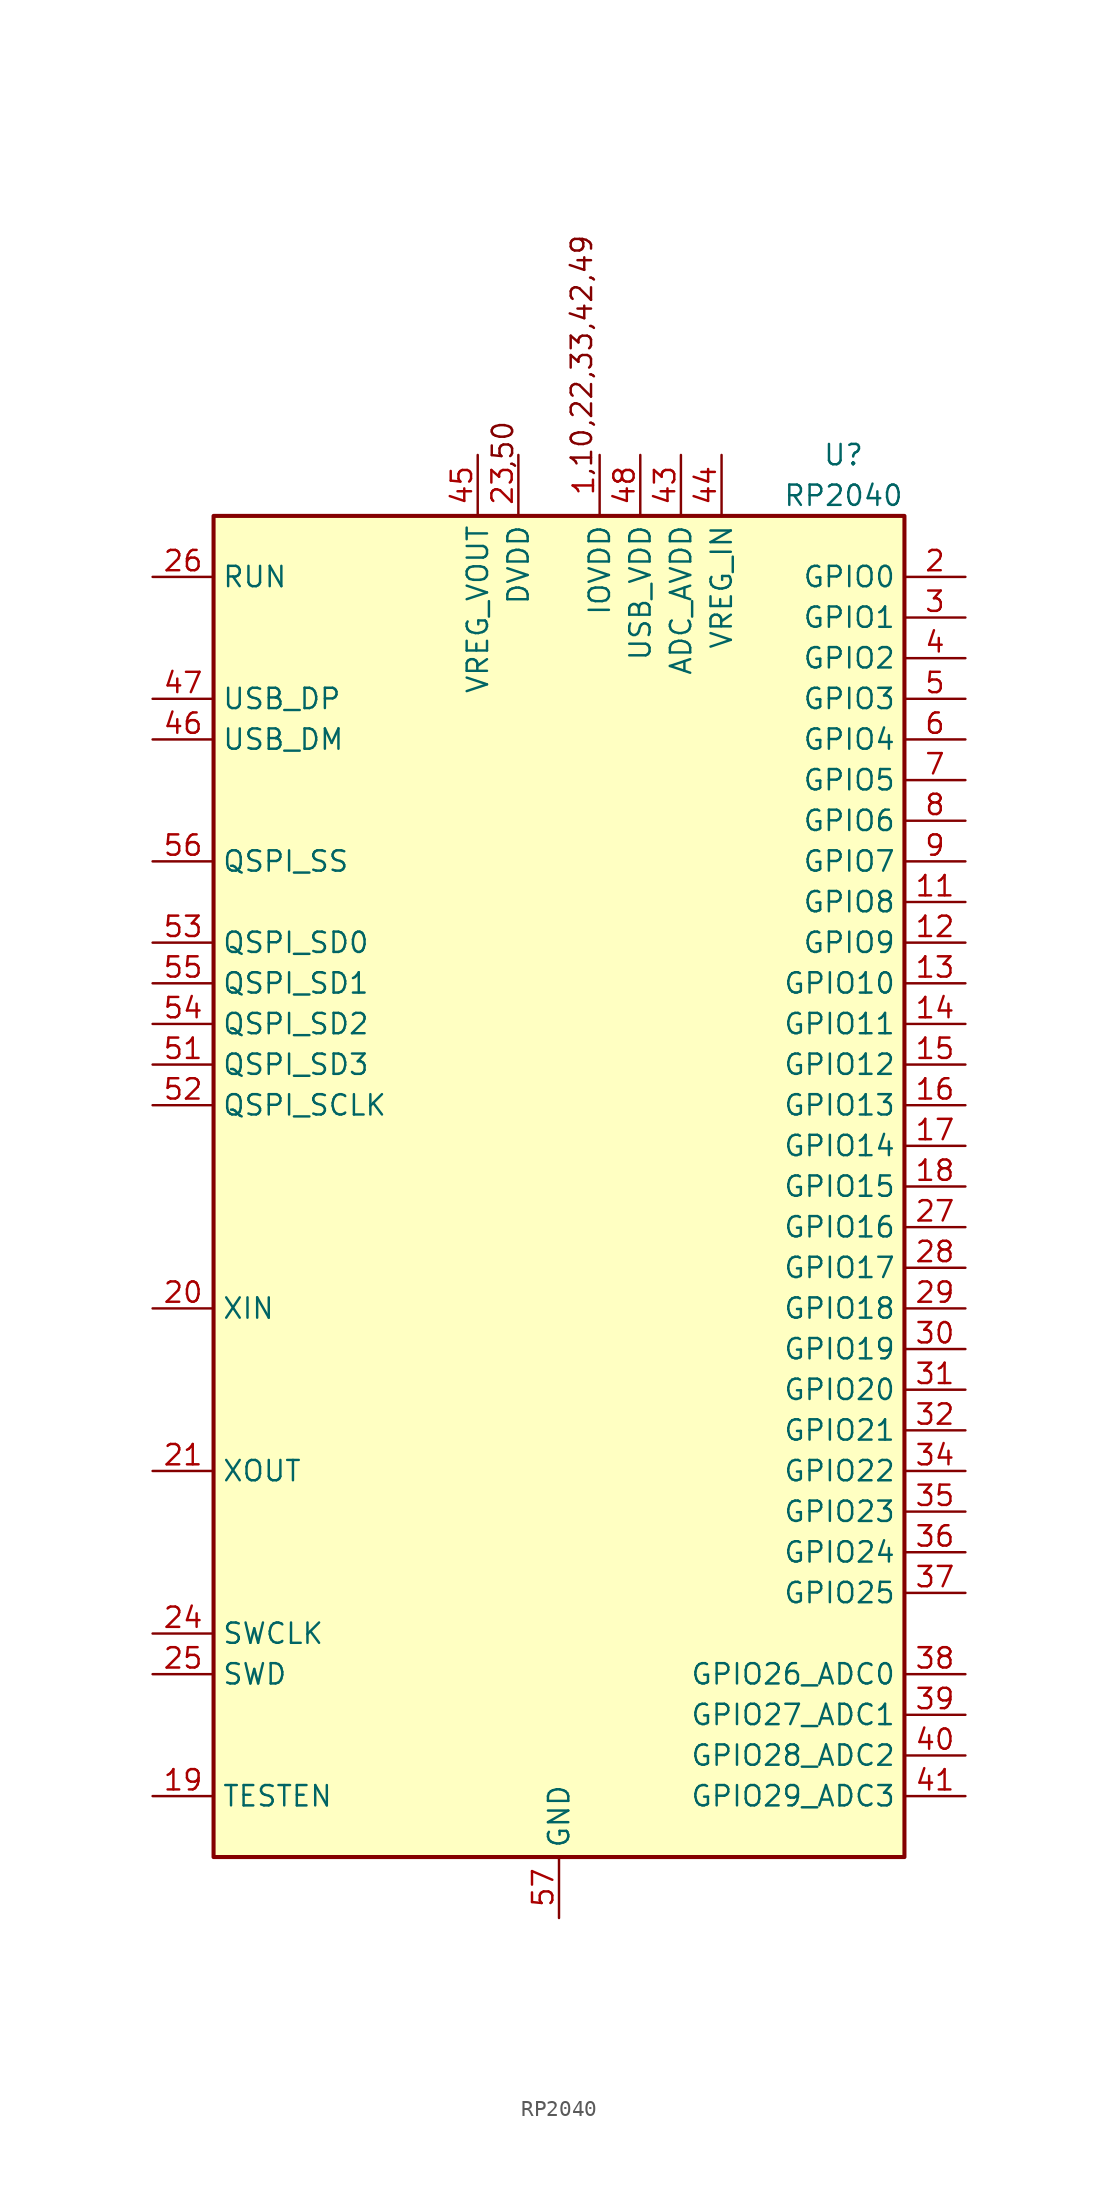
<source format=kicad_sym>
(kicad_symbol_lib
  (version 20220914)
  (generator kicad_symbol_editor)
  (symbol "RP2040"
    (property "Reference" "U"
      (at 17.78 45.72 0)
      (effects (font (size 1.27 1.27))))
    (property "Value" "RP2040"
      (at 17.78 43.18 0)
      (effects (font (size 1.27 1.27))))
    (symbol "RP2040_0_1"
      (rectangle (start -21.59 41.91) (end 21.59 -41.91) (stroke (width 0.254) (type default)) (fill (type background))))
    (symbol "RP2040_1_1"
      (text ",10,22,33,42,49\n" (at 1.422 44.247 900) (effects (font (size 1.27 1.27)) (justify left)))
      (text ",50\n\n" (at -2.489 44.704 900) (effects (font (size 1.27 1.27)) (justify left)))
      (pin power_in line (at 2.54 45.72 270) (length 3.81) (name "IOVDD" (effects (font (size 1.27 1.27)))) (number "1" (effects (font (size 1.27 1.27)))))
      (pin passive line (at 2.54 45.72 270) (length 3.81) hide (name "IOVDD" (effects (font (size 1.27 1.27)))) (number "10" (effects (font (size 1.27 1.27)))))
      (pin bidirectional line (at 25.4 17.78 180) (length 3.81) (name "GPIO8" (effects (font (size 1.27 1.27)))) (number "11" (effects (font (size 1.27 1.27)))))
      (pin bidirectional line (at 25.4 15.24 180) (length 3.81) (name "GPIO9" (effects (font (size 1.27 1.27)))) (number "12" (effects (font (size 1.27 1.27)))))
      (pin bidirectional line (at 25.4 12.7 180) (length 3.81) (name "GPIO10" (effects (font (size 1.27 1.27)))) (number "13" (effects (font (size 1.27 1.27)))))
      (pin bidirectional line (at 25.4 10.16 180) (length 3.81) (name "GPIO11" (effects (font (size 1.27 1.27)))) (number "14" (effects (font (size 1.27 1.27)))))
      (pin bidirectional line (at 25.4 7.62 180) (length 3.81) (name "GPIO12" (effects (font (size 1.27 1.27)))) (number "15" (effects (font (size 1.27 1.27)))))
      (pin bidirectional line (at 25.4 5.08 180) (length 3.81) (name "GPIO13" (effects (font (size 1.27 1.27)))) (number "16" (effects (font (size 1.27 1.27)))))
      (pin bidirectional line (at 25.4 2.54 180) (length 3.81) (name "GPIO14" (effects (font (size 1.27 1.27)))) (number "17" (effects (font (size 1.27 1.27)))))
      (pin bidirectional line (at 25.4 0 180) (length 3.81) (name "GPIO15" (effects (font (size 1.27 1.27)))) (number "18" (effects (font (size 1.27 1.27)))))
      (pin input line (at -25.4 -38.1 0) (length 3.81) (name "TESTEN" (effects (font (size 1.27 1.27)))) (number "19" (effects (font (size 1.27 1.27)))))
      (pin bidirectional line (at 25.4 38.1 180) (length 3.81) (name "GPIO0" (effects (font (size 1.27 1.27)))) (number "2" (effects (font (size 1.27 1.27)))))
      (pin input line (at -25.4 -7.62 0) (length 3.81) (name "XIN" (effects (font (size 1.27 1.27)))) (number "20" (effects (font (size 1.27 1.27)))))
      (pin passive line (at -25.4 -17.78 0) (length 3.81) (name "XOUT" (effects (font (size 1.27 1.27)))) (number "21" (effects (font (size 1.27 1.27)))))
      (pin passive line (at 2.54 45.72 270) (length 3.81) hide (name "IOVDD" (effects (font (size 1.27 1.27)))) (number "22" (effects (font (size 1.27 1.27)))))
      (pin power_in line (at -2.54 45.72 270) (length 3.81) (name "DVDD" (effects (font (size 1.27 1.27)))) (number "23" (effects (font (size 1.27 1.27)))))
      (pin input line (at -25.4 -27.94 0) (length 3.81) (name "SWCLK" (effects (font (size 1.27 1.27)))) (number "24" (effects (font (size 1.27 1.27)))))
      (pin bidirectional line (at -25.4 -30.48 0) (length 3.81) (name "SWD" (effects (font (size 1.27 1.27)))) (number "25" (effects (font (size 1.27 1.27)))))
      (pin input line (at -25.4 38.1 0) (length 3.81) (name "RUN" (effects (font (size 1.27 1.27)))) (number "26" (effects (font (size 1.27 1.27)))))
      (pin bidirectional line (at 25.4 -2.54 180) (length 3.81) (name "GPIO16" (effects (font (size 1.27 1.27)))) (number "27" (effects (font (size 1.27 1.27)))))
      (pin bidirectional line (at 25.4 -5.08 180) (length 3.81) (name "GPIO17" (effects (font (size 1.27 1.27)))) (number "28" (effects (font (size 1.27 1.27)))))
      (pin bidirectional line (at 25.4 -7.62 180) (length 3.81) (name "GPIO18" (effects (font (size 1.27 1.27)))) (number "29" (effects (font (size 1.27 1.27)))))
      (pin bidirectional line (at 25.4 35.56 180) (length 3.81) (name "GPIO1" (effects (font (size 1.27 1.27)))) (number "3" (effects (font (size 1.27 1.27)))))
      (pin bidirectional line (at 25.4 -10.16 180) (length 3.81) (name "GPIO19" (effects (font (size 1.27 1.27)))) (number "30" (effects (font (size 1.27 1.27)))))
      (pin bidirectional line (at 25.4 -12.7 180) (length 3.81) (name "GPIO20" (effects (font (size 1.27 1.27)))) (number "31" (effects (font (size 1.27 1.27)))))
      (pin bidirectional line (at 25.4 -15.24 180) (length 3.81) (name "GPIO21" (effects (font (size 1.27 1.27)))) (number "32" (effects (font (size 1.27 1.27)))))
      (pin passive line (at 2.54 45.72 270) (length 3.81) hide (name "IOVDD" (effects (font (size 1.27 1.27)))) (number "33" (effects (font (size 1.27 1.27)))))
      (pin bidirectional line (at 25.4 -17.78 180) (length 3.81) (name "GPIO22" (effects (font (size 1.27 1.27)))) (number "34" (effects (font (size 1.27 1.27)))))
      (pin bidirectional line (at 25.4 -20.32 180) (length 3.81) (name "GPIO23" (effects (font (size 1.27 1.27)))) (number "35" (effects (font (size 1.27 1.27)))))
      (pin bidirectional line (at 25.4 -22.86 180) (length 3.81) (name "GPIO24" (effects (font (size 1.27 1.27)))) (number "36" (effects (font (size 1.27 1.27)))))
      (pin bidirectional line (at 25.4 -25.4 180) (length 3.81) (name "GPIO25" (effects (font (size 1.27 1.27)))) (number "37" (effects (font (size 1.27 1.27)))))
      (pin bidirectional line (at 25.4 -30.48 180) (length 3.81) (name "GPIO26_ADC0" (effects (font (size 1.27 1.27)))) (number "38" (effects (font (size 1.27 1.27)))))
      (pin bidirectional line (at 25.4 -33.02 180) (length 3.81) (name "GPIO27_ADC1" (effects (font (size 1.27 1.27)))) (number "39" (effects (font (size 1.27 1.27)))))
      (pin bidirectional line (at 25.4 33.02 180) (length 3.81) (name "GPIO2" (effects (font (size 1.27 1.27)))) (number "4" (effects (font (size 1.27 1.27)))))
      (pin bidirectional line (at 25.4 -35.56 180) (length 3.81) (name "GPIO28_ADC2" (effects (font (size 1.27 1.27)))) (number "40" (effects (font (size 1.27 1.27)))))
      (pin bidirectional line (at 25.4 -38.1 180) (length 3.81) (name "GPIO29_ADC3" (effects (font (size 1.27 1.27)))) (number "41" (effects (font (size 1.27 1.27)))))
      (pin passive line (at 2.54 45.72 270) (length 3.81) hide (name "IOVDD" (effects (font (size 1.27 1.27)))) (number "42" (effects (font (size 1.27 1.27)))))
      (pin power_in line (at 7.62 45.72 270) (length 3.81) (name "ADC_AVDD" (effects (font (size 1.27 1.27)))) (number "43" (effects (font (size 1.27 1.27)))))
      (pin power_in line (at 10.16 45.72 270) (length 3.81) (name "VREG_IN" (effects (font (size 1.27 1.27)))) (number "44" (effects (font (size 1.27 1.27)))))
      (pin power_out line (at -5.08 45.72 270) (length 3.81) (name "VREG_VOUT" (effects (font (size 1.27 1.27)))) (number "45" (effects (font (size 1.27 1.27)))))
      (pin bidirectional line (at -25.4 27.94 0) (length 3.81) (name "USB_DM" (effects (font (size 1.27 1.27)))) (number "46" (effects (font (size 1.27 1.27)))))
      (pin bidirectional line (at -25.4 30.48 0) (length 3.81) (name "USB_DP" (effects (font (size 1.27 1.27)))) (number "47" (effects (font (size 1.27 1.27)))))
      (pin power_in line (at 5.08 45.72 270) (length 3.81) (name "USB_VDD" (effects (font (size 1.27 1.27)))) (number "48" (effects (font (size 1.27 1.27)))))
      (pin passive line (at 2.54 45.72 270) (length 3.81) hide (name "IOVDD" (effects (font (size 1.27 1.27)))) (number "49" (effects (font (size 1.27 1.27)))))
      (pin bidirectional line (at 25.4 30.48 180) (length 3.81) (name "GPIO3" (effects (font (size 1.27 1.27)))) (number "5" (effects (font (size 1.27 1.27)))))
      (pin passive line (at -2.54 45.72 270) (length 3.81) hide (name "DVDD" (effects (font (size 1.27 1.27)))) (number "50" (effects (font (size 1.27 1.27)))))
      (pin bidirectional line (at -25.4 7.62 0) (length 3.81) (name "QSPI_SD3" (effects (font (size 1.27 1.27)))) (number "51" (effects (font (size 1.27 1.27)))))
      (pin output line (at -25.4 5.08 0) (length 3.81) (name "QSPI_SCLK" (effects (font (size 1.27 1.27)))) (number "52" (effects (font (size 1.27 1.27)))))
      (pin bidirectional line (at -25.4 15.24 0) (length 3.81) (name "QSPI_SD0" (effects (font (size 1.27 1.27)))) (number "53" (effects (font (size 1.27 1.27)))))
      (pin bidirectional line (at -25.4 10.16 0) (length 3.81) (name "QSPI_SD2" (effects (font (size 1.27 1.27)))) (number "54" (effects (font (size 1.27 1.27)))))
      (pin bidirectional line (at -25.4 12.7 0) (length 3.81) (name "QSPI_SD1" (effects (font (size 1.27 1.27)))) (number "55" (effects (font (size 1.27 1.27)))))
      (pin bidirectional line (at -25.4 20.32 0) (length 3.81) (name "QSPI_SS" (effects (font (size 1.27 1.27)))) (number "56" (effects (font (size 1.27 1.27)))))
      (pin power_in line (at 0 -45.72 90) (length 3.81) (name "GND" (effects (font (size 1.27 1.27)))) (number "57" (effects (font (size 1.27 1.27)))))
      (pin bidirectional line (at 25.4 27.94 180) (length 3.81) (name "GPIO4" (effects (font (size 1.27 1.27)))) (number "6" (effects (font (size 1.27 1.27)))))
      (pin bidirectional line (at 25.4 25.4 180) (length 3.81) (name "GPIO5" (effects (font (size 1.27 1.27)))) (number "7" (effects (font (size 1.27 1.27)))))
      (pin bidirectional line (at 25.4 22.86 180) (length 3.81) (name "GPIO6" (effects (font (size 1.27 1.27)))) (number "8" (effects (font (size 1.27 1.27)))))
      (pin bidirectional line (at 25.4 20.32 180) (length 3.81) (name "GPIO7" (effects (font (size 1.27 1.27)))) (number "9" (effects (font (size 1.27 1.27))))))))
</source>
